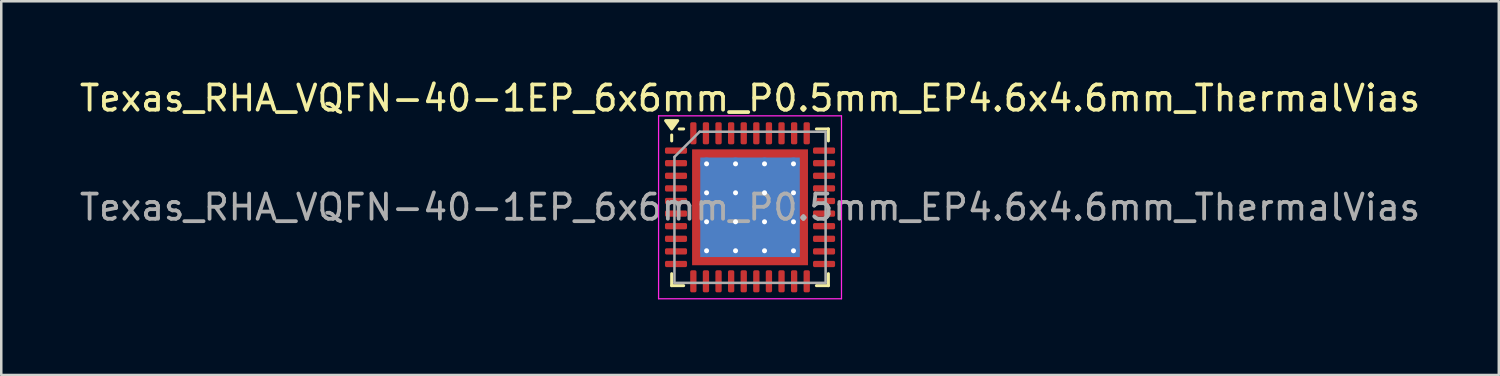
<source format=kicad_pcb>
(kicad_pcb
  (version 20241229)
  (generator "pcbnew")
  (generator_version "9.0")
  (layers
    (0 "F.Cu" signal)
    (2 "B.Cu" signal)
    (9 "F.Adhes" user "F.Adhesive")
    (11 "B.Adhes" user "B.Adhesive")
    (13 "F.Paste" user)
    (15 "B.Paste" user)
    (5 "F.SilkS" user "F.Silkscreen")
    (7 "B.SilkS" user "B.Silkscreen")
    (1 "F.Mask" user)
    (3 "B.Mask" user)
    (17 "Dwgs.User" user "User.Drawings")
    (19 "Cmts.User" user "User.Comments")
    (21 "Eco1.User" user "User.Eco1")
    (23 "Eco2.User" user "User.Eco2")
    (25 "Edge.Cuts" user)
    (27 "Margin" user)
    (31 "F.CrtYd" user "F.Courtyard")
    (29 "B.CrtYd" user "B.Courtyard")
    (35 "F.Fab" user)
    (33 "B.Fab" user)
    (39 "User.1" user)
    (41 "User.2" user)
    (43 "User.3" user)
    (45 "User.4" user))
  (footprint "Texas_RHA_VQFN-40-1EP_6x6mm_P0.5mm_EP4.6x4.6mm_ThermalVias"
    (layer "F.Cu")
    (at 26.72 5.178)
    (property "Reference" "Texas_RHA_VQFN-40-1EP_6x6mm_P0.5mm_EP4.6x4.6mm_ThermalVias" (at 0 -4.33 0) (layer "F.SilkS") (effects (font (size 1 1) (thickness 0.15))))
    (attr smd)
    (fp_line (start -3.11 -2.635) (end -3.11 -2.87) (stroke (width 0.12) (type solid)) (layer "F.SilkS"))
    (fp_line (start -3.11 3.11) (end -3.11 2.635) (stroke (width 0.12) (type solid)) (layer "F.SilkS"))
    (fp_line (start -2.635 -3.11) (end -2.81 -3.11) (stroke (width 0.12) (type solid)) (layer "F.SilkS"))
    (fp_line (start -2.635 3.11) (end -3.11 3.11) (stroke (width 0.12) (type solid)) (layer "F.SilkS"))
    (fp_line (start 2.635 -3.11) (end 3.11 -3.11) (stroke (width 0.12) (type solid)) (layer "F.SilkS"))
    (fp_line (start 2.635 3.11) (end 3.11 3.11) (stroke (width 0.12) (type solid)) (layer "F.SilkS"))
    (fp_line (start 3.11 -3.11) (end 3.11 -2.635) (stroke (width 0.12) (type solid)) (layer "F.SilkS"))
    (fp_line (start 3.11 3.11) (end 3.11 2.635) (stroke (width 0.12) (type solid)) (layer "F.SilkS"))
    (fp_poly (pts (xy -3.11 -3.11) (xy -3.35 -3.44) (xy -2.87 -3.44) (xy -3.11 -3.11)) (stroke (width 0.12) (type solid)) (fill yes) (layer "F.SilkS"))
    (fp_line (start -3.63 -3.63) (end -3.63 3.63) (stroke (width 0.05) (type solid)) (layer "F.CrtYd"))
    (fp_line (start -3.63 3.63) (end 3.63 3.63) (stroke (width 0.05) (type solid)) (layer "F.CrtYd"))
    (fp_line (start 3.63 -3.63) (end -3.63 -3.63) (stroke (width 0.05) (type solid)) (layer "F.CrtYd"))
    (fp_line (start 3.63 3.63) (end 3.63 -3.63) (stroke (width 0.05) (type solid)) (layer "F.CrtYd"))
    (fp_line (start -3 -2) (end -2 -3) (stroke (width 0.1) (type solid)) (layer "F.Fab"))
    (fp_line (start -3 3) (end -3 -2) (stroke (width 0.1) (type solid)) (layer "F.Fab"))
    (fp_line (start -2 -3) (end 3 -3) (stroke (width 0.1) (type solid)) (layer "F.Fab"))
    (fp_line (start 3 -3) (end 3 3) (stroke (width 0.1) (type solid)) (layer "F.Fab"))
    (fp_line (start 3 3) (end -3 3) (stroke (width 0.1) (type solid)) (layer "F.Fab"))
    (fp_text user "${REFERENCE}" (at 0 0 0) (layer "F.Fab") (effects (font (size 1 1) (thickness 0.15))))
    (pad "" smd custom (at -2.013 -2.013) (size 0.342 0.342) (layers "F.Paste") (options (anchor circle)) (primitives (gr_poly (pts (xy -0.116 -0.116) (xy 0.116 -0.116) (xy 0.116 0.012) (xy 0.012 0.116) (xy -0.116 0.116)) (width 0.232) (fill yes))))
    (pad "" smd custom (at -2.013 -1.15) (size 0.382 0.382) (layers "F.Paste") (options (anchor circle)) (primitives (gr_poly (pts (xy -0.15 -0.382) (xy 0.082 -0.382) (xy 0.15 -0.314) (xy 0.15 0.314) (xy 0.082 0.382) (xy -0.15 0.382)) (width 0.164) (fill yes))))
    (pad "" smd custom (at -2.013 0) (size 0.382 0.382) (layers "F.Paste") (options (anchor circle)) (primitives (gr_poly (pts (xy -0.15 -0.382) (xy 0.082 -0.382) (xy 0.15 -0.314) (xy 0.15 0.314) (xy 0.082 0.382) (xy -0.15 0.382)) (width 0.164) (fill yes))))
    (pad "" smd custom (at -2.013 1.15) (size 0.382 0.382) (layers "F.Paste") (options (anchor circle)) (primitives (gr_poly (pts (xy -0.15 -0.382) (xy 0.082 -0.382) (xy 0.15 -0.314) (xy 0.15 0.314) (xy 0.082 0.382) (xy -0.15 0.382)) (width 0.164) (fill yes))))
    (pad "" smd custom (at -2.013 2.013) (size 0.342 0.342) (layers "F.Paste") (options (anchor circle)) (primitives (gr_poly (pts (xy -0.116 -0.116) (xy 0.012 -0.116) (xy 0.116 -0.012) (xy 0.116 0.116) (xy -0.116 0.116)) (width 0.232) (fill yes))))
    (pad "" smd custom (at -1.15 -2.013) (size 0.382 0.382) (layers "F.Paste") (options (anchor circle)) (primitives (gr_poly (pts (xy -0.382 -0.15) (xy 0.382 -0.15) (xy 0.382 0.082) (xy 0.314 0.15) (xy -0.314 0.15) (xy -0.382 0.082)) (width 0.164) (fill yes))))
    (pad "" smd roundrect (at -1.15 -1.15) (size 0.927 0.927) (layers "F.Paste") (roundrect_rratio 0.25))
    (pad "" smd roundrect (at -1.15 0) (size 0.927 0.927) (layers "F.Paste") (roundrect_rratio 0.25))
    (pad "" smd roundrect (at -1.15 1.15) (size 0.927 0.927) (layers "F.Paste") (roundrect_rratio 0.25))
    (pad "" smd custom (at -1.15 2.013) (size 0.382 0.382) (layers "F.Paste") (options (anchor circle)) (primitives (gr_poly (pts (xy -0.382 -0.082) (xy -0.314 -0.15) (xy 0.314 -0.15) (xy 0.382 -0.082) (xy 0.382 0.15) (xy -0.382 0.15)) (width 0.164) (fill yes))))
    (pad "" smd custom (at 0 -2.013) (size 0.382 0.382) (layers "F.Paste") (options (anchor circle)) (primitives (gr_poly (pts (xy -0.382 -0.15) (xy 0.382 -0.15) (xy 0.382 0.082) (xy 0.314 0.15) (xy -0.314 0.15) (xy -0.382 0.082)) (width 0.164) (fill yes))))
    (pad "" smd roundrect (at 0 -1.15) (size 0.927 0.927) (layers "F.Paste") (roundrect_rratio 0.25))
    (pad "" smd roundrect (at 0 0) (size 0.927 0.927) (layers "F.Paste") (roundrect_rratio 0.25))
    (pad "" smd roundrect (at 0 1.15) (size 0.927 0.927) (layers "F.Paste") (roundrect_rratio 0.25))
    (pad "" smd custom (at 0 2.013) (size 0.382 0.382) (layers "F.Paste") (options (anchor circle)) (primitives (gr_poly (pts (xy -0.382 -0.082) (xy -0.314 -0.15) (xy 0.314 -0.15) (xy 0.382 -0.082) (xy 0.382 0.15) (xy -0.382 0.15)) (width 0.164) (fill yes))))
    (pad "" smd custom (at 1.15 -2.013) (size 0.382 0.382) (layers "F.Paste") (options (anchor circle)) (primitives (gr_poly (pts (xy -0.382 -0.15) (xy 0.382 -0.15) (xy 0.382 0.082) (xy 0.314 0.15) (xy -0.314 0.15) (xy -0.382 0.082)) (width 0.164) (fill yes))))
    (pad "" smd roundrect (at 1.15 -1.15) (size 0.927 0.927) (layers "F.Paste") (roundrect_rratio 0.25))
    (pad "" smd roundrect (at 1.15 0) (size 0.927 0.927) (layers "F.Paste") (roundrect_rratio 0.25))
    (pad "" smd roundrect (at 1.15 1.15) (size 0.927 0.927) (layers "F.Paste") (roundrect_rratio 0.25))
    (pad "" smd custom (at 1.15 2.013) (size 0.382 0.382) (layers "F.Paste") (options (anchor circle)) (primitives (gr_poly (pts (xy -0.382 -0.082) (xy -0.314 -0.15) (xy 0.314 -0.15) (xy 0.382 -0.082) (xy 0.382 0.15) (xy -0.382 0.15)) (width 0.164) (fill yes))))
    (pad "" smd custom (at 2.013 -2.013) (size 0.342 0.342) (layers "F.Paste") (options (anchor circle)) (primitives (gr_poly (pts (xy -0.116 -0.116) (xy 0.116 -0.116) (xy 0.116 0.116) (xy -0.012 0.116) (xy -0.116 0.012)) (width 0.232) (fill yes))))
    (pad "" smd custom (at 2.013 -1.15) (size 0.382 0.382) (layers "F.Paste") (options (anchor circle)) (primitives (gr_poly (pts (xy -0.15 -0.314) (xy -0.082 -0.382) (xy 0.15 -0.382) (xy 0.15 0.382) (xy -0.082 0.382) (xy -0.15 0.314)) (width 0.164) (fill yes))))
    (pad "" smd custom (at 2.013 0) (size 0.382 0.382) (layers "F.Paste") (options (anchor circle)) (primitives (gr_poly (pts (xy -0.15 -0.314) (xy -0.082 -0.382) (xy 0.15 -0.382) (xy 0.15 0.382) (xy -0.082 0.382) (xy -0.15 0.314)) (width 0.164) (fill yes))))
    (pad "" smd custom (at 2.013 1.15) (size 0.382 0.382) (layers "F.Paste") (options (anchor circle)) (primitives (gr_poly (pts (xy -0.15 -0.314) (xy -0.082 -0.382) (xy 0.15 -0.382) (xy 0.15 0.382) (xy -0.082 0.382) (xy -0.15 0.314)) (width 0.164) (fill yes))))
    (pad "" smd custom (at 2.013 2.013) (size 0.342 0.342) (layers "F.Paste") (options (anchor circle)) (primitives (gr_poly (pts (xy -0.116 -0.012) (xy -0.012 -0.116) (xy 0.116 -0.116) (xy 0.116 0.116) (xy -0.116 0.116)) (width 0.232) (fill yes))))
    (pad "1" smd roundrect (at -2.938 -2.25) (size 0.875 0.25) (layers "F.Cu" "F.Mask" "F.Paste") (roundrect_rratio 0.25))
    (pad "2" smd roundrect (at -2.938 -1.75) (size 0.875 0.25) (layers "F.Cu" "F.Mask" "F.Paste") (roundrect_rratio 0.25))
    (pad "3" smd roundrect (at -2.938 -1.25) (size 0.875 0.25) (layers "F.Cu" "F.Mask" "F.Paste") (roundrect_rratio 0.25))
    (pad "4" smd roundrect (at -2.938 -0.75) (size 0.875 0.25) (layers "F.Cu" "F.Mask" "F.Paste") (roundrect_rratio 0.25))
    (pad "5" smd roundrect (at -2.938 -0.25) (size 0.875 0.25) (layers "F.Cu" "F.Mask" "F.Paste") (roundrect_rratio 0.25))
    (pad "6" smd roundrect (at -2.938 0.25) (size 0.875 0.25) (layers "F.Cu" "F.Mask" "F.Paste") (roundrect_rratio 0.25))
    (pad "7" smd roundrect (at -2.938 0.75) (size 0.875 0.25) (layers "F.Cu" "F.Mask" "F.Paste") (roundrect_rratio 0.25))
    (pad "8" smd roundrect (at -2.938 1.25) (size 0.875 0.25) (layers "F.Cu" "F.Mask" "F.Paste") (roundrect_rratio 0.25))
    (pad "9" smd roundrect (at -2.938 1.75) (size 0.875 0.25) (layers "F.Cu" "F.Mask" "F.Paste") (roundrect_rratio 0.25))
    (pad "10" smd roundrect (at -2.938 2.25) (size 0.875 0.25) (layers "F.Cu" "F.Mask" "F.Paste") (roundrect_rratio 0.25))
    (pad "11" smd roundrect (at -2.25 2.938) (size 0.25 0.875) (layers "F.Cu" "F.Mask" "F.Paste") (roundrect_rratio 0.25))
    (pad "12" smd roundrect (at -1.75 2.938) (size 0.25 0.875) (layers "F.Cu" "F.Mask" "F.Paste") (roundrect_rratio 0.25))
    (pad "13" smd roundrect (at -1.25 2.938) (size 0.25 0.875) (layers "F.Cu" "F.Mask" "F.Paste") (roundrect_rratio 0.25))
    (pad "14" smd roundrect (at -0.75 2.938) (size 0.25 0.875) (layers "F.Cu" "F.Mask" "F.Paste") (roundrect_rratio 0.25))
    (pad "15" smd roundrect (at -0.25 2.938) (size 0.25 0.875) (layers "F.Cu" "F.Mask" "F.Paste") (roundrect_rratio 0.25))
    (pad "16" smd roundrect (at 0.25 2.938) (size 0.25 0.875) (layers "F.Cu" "F.Mask" "F.Paste") (roundrect_rratio 0.25))
    (pad "17" smd roundrect (at 0.75 2.938) (size 0.25 0.875) (layers "F.Cu" "F.Mask" "F.Paste") (roundrect_rratio 0.25))
    (pad "18" smd roundrect (at 1.25 2.938) (size 0.25 0.875) (layers "F.Cu" "F.Mask" "F.Paste") (roundrect_rratio 0.25))
    (pad "19" smd roundrect (at 1.75 2.938) (size 0.25 0.875) (layers "F.Cu" "F.Mask" "F.Paste") (roundrect_rratio 0.25))
    (pad "20" smd roundrect (at 2.25 2.938) (size 0.25 0.875) (layers "F.Cu" "F.Mask" "F.Paste") (roundrect_rratio 0.25))
    (pad "21" smd roundrect (at 2.938 2.25) (size 0.875 0.25) (layers "F.Cu" "F.Mask" "F.Paste") (roundrect_rratio 0.25))
    (pad "22" smd roundrect (at 2.938 1.75) (size 0.875 0.25) (layers "F.Cu" "F.Mask" "F.Paste") (roundrect_rratio 0.25))
    (pad "23" smd roundrect (at 2.938 1.25) (size 0.875 0.25) (layers "F.Cu" "F.Mask" "F.Paste") (roundrect_rratio 0.25))
    (pad "24" smd roundrect (at 2.938 0.75) (size 0.875 0.25) (layers "F.Cu" "F.Mask" "F.Paste") (roundrect_rratio 0.25))
    (pad "25" smd roundrect (at 2.938 0.25) (size 0.875 0.25) (layers "F.Cu" "F.Mask" "F.Paste") (roundrect_rratio 0.25))
    (pad "26" smd roundrect (at 2.938 -0.25) (size 0.875 0.25) (layers "F.Cu" "F.Mask" "F.Paste") (roundrect_rratio 0.25))
    (pad "27" smd roundrect (at 2.938 -0.75) (size 0.875 0.25) (layers "F.Cu" "F.Mask" "F.Paste") (roundrect_rratio 0.25))
    (pad "28" smd roundrect (at 2.938 -1.25) (size 0.875 0.25) (layers "F.Cu" "F.Mask" "F.Paste") (roundrect_rratio 0.25))
    (pad "29" smd roundrect (at 2.938 -1.75) (size 0.875 0.25) (layers "F.Cu" "F.Mask" "F.Paste") (roundrect_rratio 0.25))
    (pad "30" smd roundrect (at 2.938 -2.25) (size 0.875 0.25) (layers "F.Cu" "F.Mask" "F.Paste") (roundrect_rratio 0.25))
    (pad "31" smd roundrect (at 2.25 -2.938) (size 0.25 0.875) (layers "F.Cu" "F.Mask" "F.Paste") (roundrect_rratio 0.25))
    (pad "32" smd roundrect (at 1.75 -2.938) (size 0.25 0.875) (layers "F.Cu" "F.Mask" "F.Paste") (roundrect_rratio 0.25))
    (pad "33" smd roundrect (at 1.25 -2.938) (size 0.25 0.875) (layers "F.Cu" "F.Mask" "F.Paste") (roundrect_rratio 0.25))
    (pad "34" smd roundrect (at 0.75 -2.938) (size 0.25 0.875) (layers "F.Cu" "F.Mask" "F.Paste") (roundrect_rratio 0.25))
    (pad "35" smd roundrect (at 0.25 -2.938) (size 0.25 0.875) (layers "F.Cu" "F.Mask" "F.Paste") (roundrect_rratio 0.25))
    (pad "36" smd roundrect (at -0.25 -2.938) (size 0.25 0.875) (layers "F.Cu" "F.Mask" "F.Paste") (roundrect_rratio 0.25))
    (pad "37" smd roundrect (at -0.75 -2.938) (size 0.25 0.875) (layers "F.Cu" "F.Mask" "F.Paste") (roundrect_rratio 0.25))
    (pad "38" smd roundrect (at -1.25 -2.938) (size 0.25 0.875) (layers "F.Cu" "F.Mask" "F.Paste") (roundrect_rratio 0.25))
    (pad "39" smd roundrect (at -1.75 -2.938) (size 0.25 0.875) (layers "F.Cu" "F.Mask" "F.Paste") (roundrect_rratio 0.25))
    (pad "40" smd roundrect (at -2.25 -2.938) (size 0.25 0.875) (layers "F.Cu" "F.Mask" "F.Paste") (roundrect_rratio 0.25))
    (pad "41" thru_hole circle (at -1.725 -1.725) (size 0.5 0.5) (drill 0.2) (property pad_prop_heatsink) (layers "*.Cu"))
    (pad "41" thru_hole circle (at -1.725 -0.575) (size 0.5 0.5) (drill 0.2) (property pad_prop_heatsink) (layers "*.Cu"))
    (pad "41" thru_hole circle (at -1.725 0.575) (size 0.5 0.5) (drill 0.2) (property pad_prop_heatsink) (layers "*.Cu"))
    (pad "41" thru_hole circle (at -1.725 1.725) (size 0.5 0.5) (drill 0.2) (property pad_prop_heatsink) (layers "*.Cu"))
    (pad "41" thru_hole circle (at -0.575 -1.725) (size 0.5 0.5) (drill 0.2) (property pad_prop_heatsink) (layers "*.Cu"))
    (pad "41" thru_hole circle (at -0.575 -0.575) (size 0.5 0.5) (drill 0.2) (property pad_prop_heatsink) (layers "*.Cu"))
    (pad "41" thru_hole circle (at -0.575 0.575) (size 0.5 0.5) (drill 0.2) (property pad_prop_heatsink) (layers "*.Cu"))
    (pad "41" thru_hole circle (at -0.575 1.725) (size 0.5 0.5) (drill 0.2) (property pad_prop_heatsink) (layers "*.Cu"))
    (pad "41" smd rect (at 0 0) (size 3.95 3.95) (property pad_prop_heatsink) (layers "B.Cu"))
    (pad "41" smd rect (at 0 0) (size 4.6 4.6) (property pad_prop_heatsink) (layers "F.Cu" "F.Mask"))
    (pad "41" thru_hole circle (at 0.575 -1.725) (size 0.5 0.5) (drill 0.2) (property pad_prop_heatsink) (layers "*.Cu"))
    (pad "41" thru_hole circle (at 0.575 -0.575) (size 0.5 0.5) (drill 0.2) (property pad_prop_heatsink) (layers "*.Cu"))
    (pad "41" thru_hole circle (at 0.575 0.575) (size 0.5 0.5) (drill 0.2) (property pad_prop_heatsink) (layers "*.Cu"))
    (pad "41" thru_hole circle (at 0.575 1.725) (size 0.5 0.5) (drill 0.2) (property pad_prop_heatsink) (layers "*.Cu"))
    (pad "41" thru_hole circle (at 1.725 -1.725) (size 0.5 0.5) (drill 0.2) (property pad_prop_heatsink) (layers "*.Cu"))
    (pad "41" thru_hole circle (at 1.725 -0.575) (size 0.5 0.5) (drill 0.2) (property pad_prop_heatsink) (layers "*.Cu"))
    (pad "41" thru_hole circle (at 1.725 0.575) (size 0.5 0.5) (drill 0.2) (property pad_prop_heatsink) (layers "*.Cu"))
    (pad "41" thru_hole circle (at 1.725 1.725) (size 0.5 0.5) (drill 0.2) (property pad_prop_heatsink) (layers "*.Cu")))
  (gr_rect
    (start -3 -3)
    (end 56.44 11.833)
    (stroke (width 0.1) (type default))
    (fill no)
    (layer "Edge.Cuts")))
</source>
